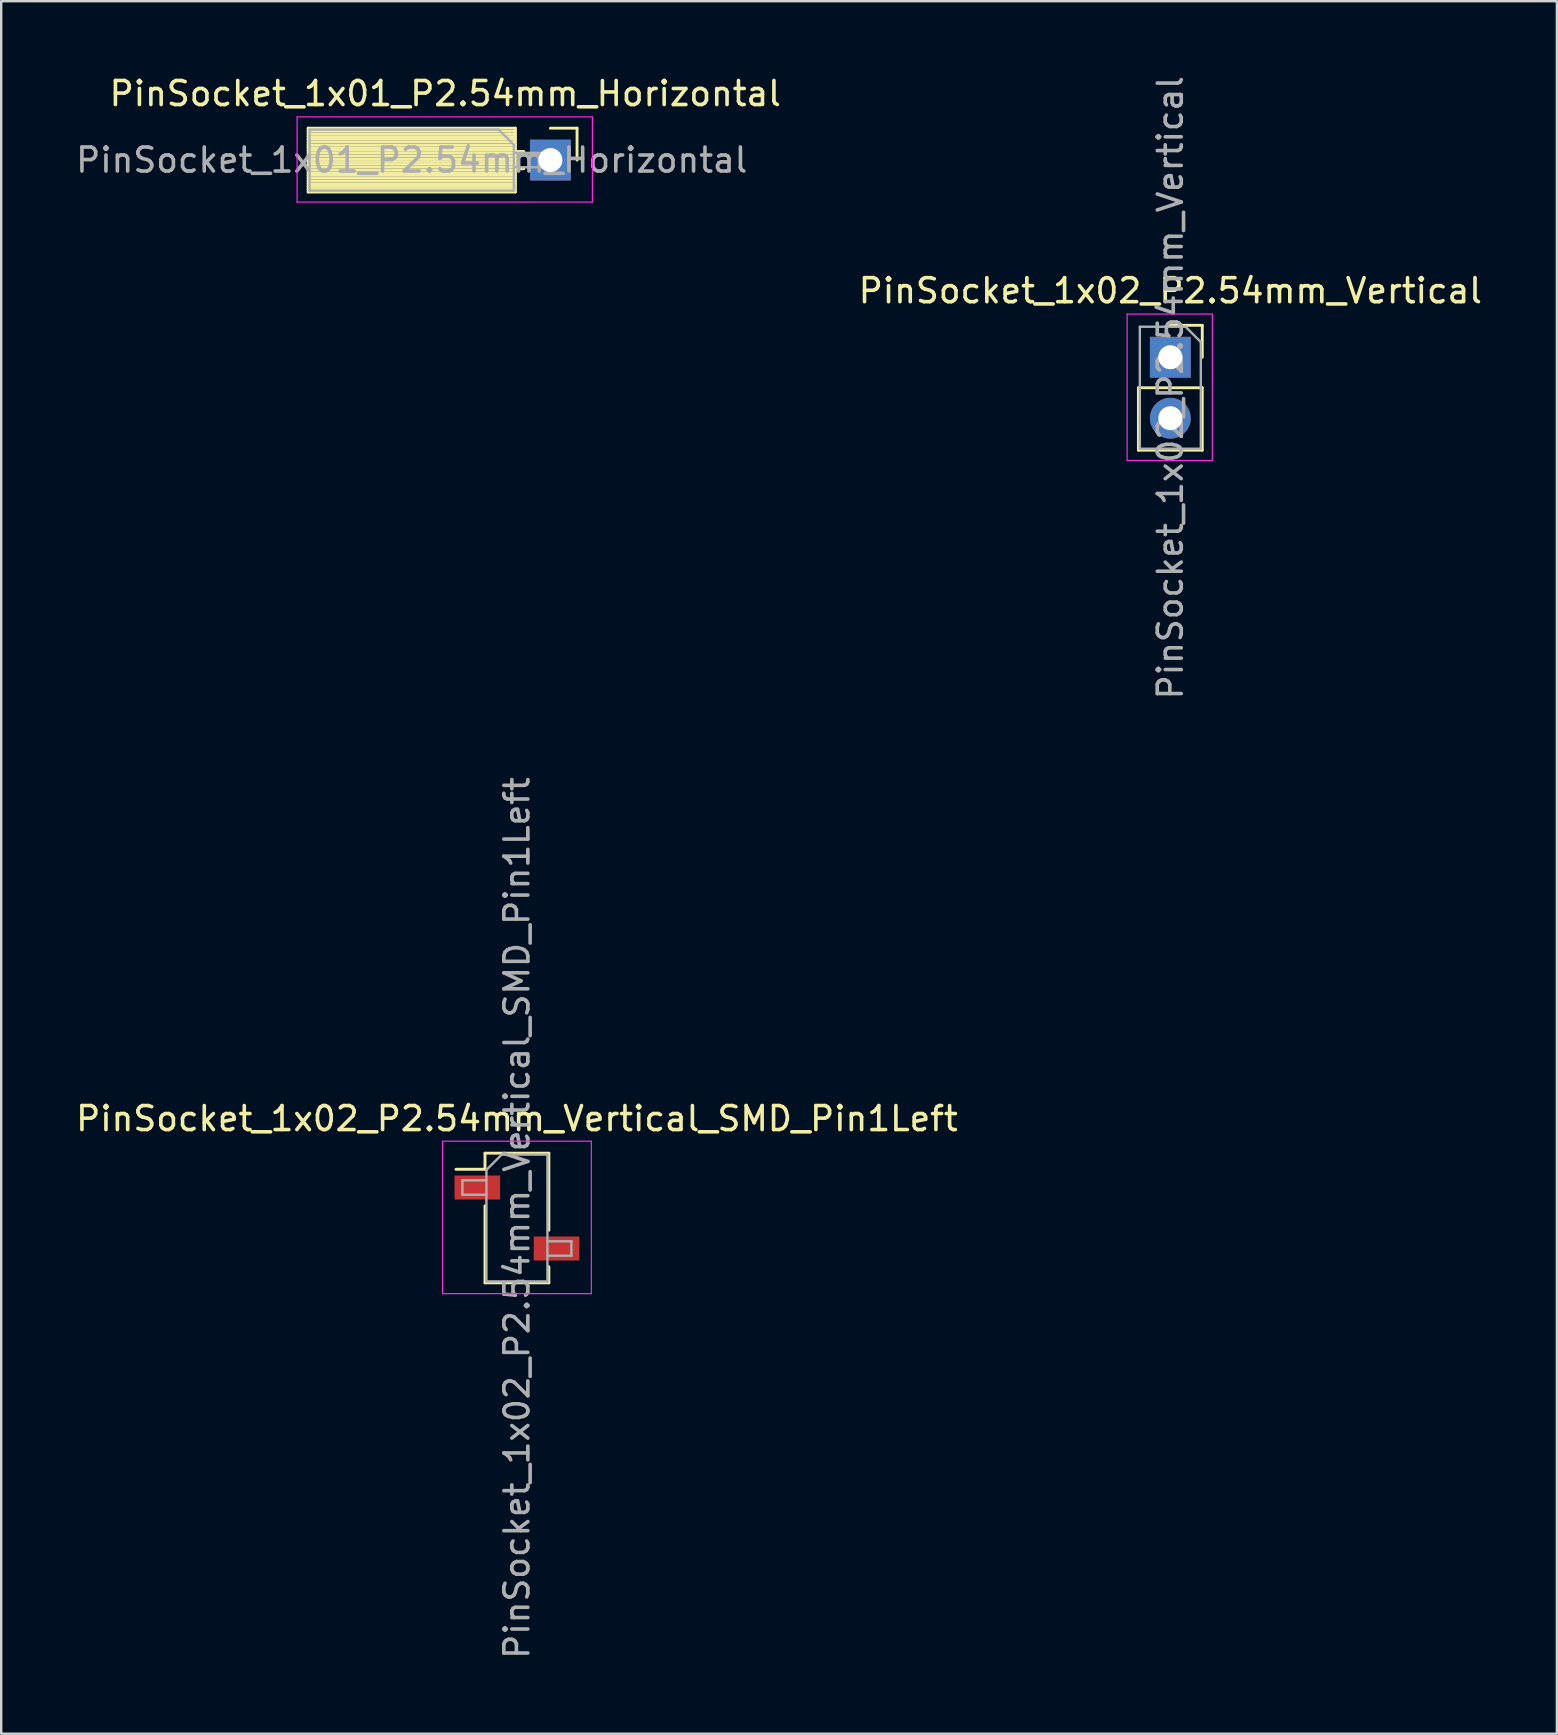
<source format=kicad_pcb>
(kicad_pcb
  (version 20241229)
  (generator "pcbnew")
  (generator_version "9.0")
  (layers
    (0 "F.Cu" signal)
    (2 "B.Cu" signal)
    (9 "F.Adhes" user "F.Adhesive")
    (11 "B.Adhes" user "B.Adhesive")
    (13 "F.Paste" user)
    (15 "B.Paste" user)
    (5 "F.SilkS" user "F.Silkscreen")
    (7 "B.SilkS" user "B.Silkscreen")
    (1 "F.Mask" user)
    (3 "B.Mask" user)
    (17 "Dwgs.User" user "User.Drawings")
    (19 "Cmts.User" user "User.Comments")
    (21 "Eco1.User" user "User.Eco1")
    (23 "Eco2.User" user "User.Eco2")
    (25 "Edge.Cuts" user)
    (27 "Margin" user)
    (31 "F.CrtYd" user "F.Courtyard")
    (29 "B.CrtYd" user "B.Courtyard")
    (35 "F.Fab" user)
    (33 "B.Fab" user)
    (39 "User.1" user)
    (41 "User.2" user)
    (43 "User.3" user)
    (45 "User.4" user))
  (footprint "PinSocket_1x01_P2.54mm_Horizontal"
    (layer "F.Cu")
    (at 19.876 3.618)
    (property "Reference" "PinSocket_1x01_P2.54mm_Horizontal" (at -4.38 -2.77 0) (layer "F.SilkS") (effects (font (size 1 1) (thickness 0.15))))
    (attr through_hole)
    (fp_line (start -10.09 -1.33) (end -10.09 1.33) (stroke (width 0.12) (type solid)) (layer "F.SilkS"))
    (fp_line (start -10.09 -1.33) (end -1.46 -1.33) (stroke (width 0.12) (type solid)) (layer "F.SilkS"))
    (fp_line (start -10.09 -1.21) (end -1.46 -1.21) (stroke (width 0.12) (type solid)) (layer "F.SilkS"))
    (fp_line (start -10.09 -1.095) (end -1.46 -1.095) (stroke (width 0.12) (type solid)) (layer "F.SilkS"))
    (fp_line (start -10.09 -0.979) (end -1.46 -0.979) (stroke (width 0.12) (type solid)) (layer "F.SilkS"))
    (fp_line (start -10.09 -0.864) (end -1.46 -0.864) (stroke (width 0.12) (type solid)) (layer "F.SilkS"))
    (fp_line (start -10.09 -0.748) (end -1.46 -0.748) (stroke (width 0.12) (type solid)) (layer "F.SilkS"))
    (fp_line (start -10.09 -0.633) (end -1.46 -0.633) (stroke (width 0.12) (type solid)) (layer "F.SilkS"))
    (fp_line (start -10.09 -0.517) (end -1.46 -0.517) (stroke (width 0.12) (type solid)) (layer "F.SilkS"))
    (fp_line (start -10.09 -0.402) (end -1.46 -0.402) (stroke (width 0.12) (type solid)) (layer "F.SilkS"))
    (fp_line (start -10.09 -0.286) (end -1.46 -0.286) (stroke (width 0.12) (type solid)) (layer "F.SilkS"))
    (fp_line (start -10.09 -0.171) (end -1.46 -0.171) (stroke (width 0.12) (type solid)) (layer "F.SilkS"))
    (fp_line (start -10.09 -0.055) (end -1.46 -0.055) (stroke (width 0.12) (type solid)) (layer "F.SilkS"))
    (fp_line (start -10.09 0.06) (end -1.46 0.06) (stroke (width 0.12) (type solid)) (layer "F.SilkS"))
    (fp_line (start -10.09 0.175) (end -1.46 0.175) (stroke (width 0.12) (type solid)) (layer "F.SilkS"))
    (fp_line (start -10.09 0.291) (end -1.46 0.291) (stroke (width 0.12) (type solid)) (layer "F.SilkS"))
    (fp_line (start -10.09 0.406) (end -1.46 0.406) (stroke (width 0.12) (type solid)) (layer "F.SilkS"))
    (fp_line (start -10.09 0.522) (end -1.46 0.522) (stroke (width 0.12) (type solid)) (layer "F.SilkS"))
    (fp_line (start -10.09 0.637) (end -1.46 0.637) (stroke (width 0.12) (type solid)) (layer "F.SilkS"))
    (fp_line (start -10.09 0.753) (end -1.46 0.753) (stroke (width 0.12) (type solid)) (layer "F.SilkS"))
    (fp_line (start -10.09 0.868) (end -1.46 0.868) (stroke (width 0.12) (type solid)) (layer "F.SilkS"))
    (fp_line (start -10.09 0.984) (end -1.46 0.984) (stroke (width 0.12) (type solid)) (layer "F.SilkS"))
    (fp_line (start -10.09 1.099) (end -1.46 1.099) (stroke (width 0.12) (type solid)) (layer "F.SilkS"))
    (fp_line (start -10.09 1.215) (end -1.46 1.215) (stroke (width 0.12) (type solid)) (layer "F.SilkS"))
    (fp_line (start -10.09 1.33) (end -1.46 1.33) (stroke (width 0.12) (type solid)) (layer "F.SilkS"))
    (fp_line (start -1.46 -1.33) (end -1.46 1.33) (stroke (width 0.12) (type solid)) (layer "F.SilkS"))
    (fp_line (start -1.46 -0.36) (end -1.11 -0.36) (stroke (width 0.12) (type solid)) (layer "F.SilkS"))
    (fp_line (start -1.46 0.36) (end -1.11 0.36) (stroke (width 0.12) (type solid)) (layer "F.SilkS"))
    (fp_line (start 0 -1.33) (end 1.11 -1.33) (stroke (width 0.12) (type solid)) (layer "F.SilkS"))
    (fp_line (start 1.11 -1.33) (end 1.11 0) (stroke (width 0.12) (type solid)) (layer "F.SilkS"))
    (fp_line (start -10.55 -1.8) (end -10.55 1.75) (stroke (width 0.05) (type solid)) (layer "F.CrtYd"))
    (fp_line (start -10.55 1.75) (end 1.75 1.75) (stroke (width 0.05) (type solid)) (layer "F.CrtYd"))
    (fp_line (start 1.75 -1.8) (end -10.55 -1.8) (stroke (width 0.05) (type solid)) (layer "F.CrtYd"))
    (fp_line (start 1.75 1.75) (end 1.75 -1.8) (stroke (width 0.05) (type solid)) (layer "F.CrtYd"))
    (fp_line (start -10.03 -1.27) (end -2.155 -1.27) (stroke (width 0.1) (type solid)) (layer "F.Fab"))
    (fp_line (start -10.03 1.27) (end -10.03 -1.27) (stroke (width 0.1) (type solid)) (layer "F.Fab"))
    (fp_line (start -2.155 -1.27) (end -1.52 -0.635) (stroke (width 0.1) (type solid)) (layer "F.Fab"))
    (fp_line (start -1.52 -0.635) (end -1.52 1.27) (stroke (width 0.1) (type solid)) (layer "F.Fab"))
    (fp_line (start -1.52 0.3) (end 0 0.3) (stroke (width 0.1) (type solid)) (layer "F.Fab"))
    (fp_line (start -1.52 1.27) (end -10.03 1.27) (stroke (width 0.1) (type solid)) (layer "F.Fab"))
    (fp_line (start 0 -0.3) (end -1.52 -0.3) (stroke (width 0.1) (type solid)) (layer "F.Fab"))
    (fp_line (start 0 0.3) (end 0 -0.3) (stroke (width 0.1) (type solid)) (layer "F.Fab"))
    (fp_text user "${REFERENCE}" (at -5.775 0 0) (layer "F.Fab") (effects (font (size 1 1) (thickness 0.15))))
    (pad "1" thru_hole rect (at 0 0) (size 1.7 1.7) (drill 1) (layers "*.Cu" "*.Mask")))
  (footprint "PinSocket_1x02_P2.54mm_Vertical_SMD_Pin1Left"
    (layer "F.Cu")
    (at 18.482 47.685)
    (property "Reference" "PinSocket_1x02_P2.54mm_Vertical_SMD_Pin1Left" (at 0 -4.14 0) (layer "F.SilkS") (effects (font (size 1 1) (thickness 0.15))))
    (attr smd)
    (fp_line (start -2.54 -2.03) (end -1.33 -2.03) (stroke (width 0.12) (type solid)) (layer "F.SilkS"))
    (fp_line (start -1.33 -2.7) (end -1.33 -2.03) (stroke (width 0.12) (type solid)) (layer "F.SilkS"))
    (fp_line (start -1.33 -2.7) (end 1.33 -2.7) (stroke (width 0.12) (type solid)) (layer "F.SilkS"))
    (fp_line (start -1.33 -0.51) (end -1.33 2.7) (stroke (width 0.12) (type solid)) (layer "F.SilkS"))
    (fp_line (start -1.33 2.7) (end 1.33 2.7) (stroke (width 0.12) (type solid)) (layer "F.SilkS"))
    (fp_line (start 1.33 -2.7) (end 1.33 0.51) (stroke (width 0.12) (type solid)) (layer "F.SilkS"))
    (fp_line (start 1.33 2.03) (end 1.33 2.7) (stroke (width 0.12) (type solid)) (layer "F.SilkS"))
    (fp_line (start -3.1 -3.2) (end 3.1 -3.2) (stroke (width 0.05) (type solid)) (layer "F.CrtYd"))
    (fp_line (start -3.1 3.15) (end -3.1 -3.2) (stroke (width 0.05) (type solid)) (layer "F.CrtYd"))
    (fp_line (start 3.1 -3.2) (end 3.1 3.15) (stroke (width 0.05) (type solid)) (layer "F.CrtYd"))
    (fp_line (start 3.1 3.15) (end -3.1 3.15) (stroke (width 0.05) (type solid)) (layer "F.CrtYd"))
    (fp_line (start -2.27 -1.57) (end -1.27 -1.57) (stroke (width 0.1) (type solid)) (layer "F.Fab"))
    (fp_line (start -2.27 -0.97) (end -2.27 -1.57) (stroke (width 0.1) (type solid)) (layer "F.Fab"))
    (fp_line (start -1.27 -2.005) (end -0.635 -2.64) (stroke (width 0.1) (type solid)) (layer "F.Fab"))
    (fp_line (start -1.27 -0.97) (end -2.27 -0.97) (stroke (width 0.1) (type solid)) (layer "F.Fab"))
    (fp_line (start -1.27 2.64) (end -1.27 -2.005) (stroke (width 0.1) (type solid)) (layer "F.Fab"))
    (fp_line (start -0.635 -2.64) (end 1.27 -2.64) (stroke (width 0.1) (type solid)) (layer "F.Fab"))
    (fp_line (start 1.27 -2.64) (end 1.27 2.64) (stroke (width 0.1) (type solid)) (layer "F.Fab"))
    (fp_line (start 1.27 0.97) (end 2.27 0.97) (stroke (width 0.1) (type solid)) (layer "F.Fab"))
    (fp_line (start 1.27 2.64) (end -1.27 2.64) (stroke (width 0.1) (type solid)) (layer "F.Fab"))
    (fp_line (start 2.27 0.97) (end 2.27 1.57) (stroke (width 0.1) (type solid)) (layer "F.Fab"))
    (fp_line (start 2.27 1.57) (end 1.27 1.57) (stroke (width 0.1) (type solid)) (layer "F.Fab"))
    (fp_text user "${REFERENCE}" (at 0 0 90) (layer "F.Fab") (effects (font (size 1 1) (thickness 0.15))))
    (pad "1" smd rect (at -1.65 -1.27) (size 1.9 1) (layers "F.Cu" "F.Mask" "F.Paste"))
    (pad "2" smd rect (at 1.65 1.27) (size 1.9 1) (layers "F.Cu" "F.Mask" "F.Paste")))
  (footprint "PinSocket_1x02_P2.54mm_Vertical"
    (layer "F.Cu")
    (at 45.699 11.831)
    (property "Reference" "PinSocket_1x02_P2.54mm_Vertical" (at 0 -2.77 0) (layer "F.SilkS") (effects (font (size 1 1) (thickness 0.15))))
    (attr through_hole)
    (fp_line (start -1.33 1.27) (end -1.33 3.87) (stroke (width 0.12) (type solid)) (layer "F.SilkS"))
    (fp_line (start -1.33 1.27) (end 1.33 1.27) (stroke (width 0.12) (type solid)) (layer "F.SilkS"))
    (fp_line (start -1.33 3.87) (end 1.33 3.87) (stroke (width 0.12) (type solid)) (layer "F.SilkS"))
    (fp_line (start 0 -1.33) (end 1.33 -1.33) (stroke (width 0.12) (type solid)) (layer "F.SilkS"))
    (fp_line (start 1.33 -1.33) (end 1.33 0) (stroke (width 0.12) (type solid)) (layer "F.SilkS"))
    (fp_line (start 1.33 1.27) (end 1.33 3.87) (stroke (width 0.12) (type solid)) (layer "F.SilkS"))
    (fp_line (start -1.8 -1.8) (end 1.75 -1.8) (stroke (width 0.05) (type solid)) (layer "F.CrtYd"))
    (fp_line (start -1.8 4.3) (end -1.8 -1.8) (stroke (width 0.05) (type solid)) (layer "F.CrtYd"))
    (fp_line (start 1.75 -1.8) (end 1.75 4.3) (stroke (width 0.05) (type solid)) (layer "F.CrtYd"))
    (fp_line (start 1.75 4.3) (end -1.8 4.3) (stroke (width 0.05) (type solid)) (layer "F.CrtYd"))
    (fp_line (start -1.27 -1.27) (end 0.635 -1.27) (stroke (width 0.1) (type solid)) (layer "F.Fab"))
    (fp_line (start -1.27 3.81) (end -1.27 -1.27) (stroke (width 0.1) (type solid)) (layer "F.Fab"))
    (fp_line (start 0.635 -1.27) (end 1.27 -0.635) (stroke (width 0.1) (type solid)) (layer "F.Fab"))
    (fp_line (start 1.27 -0.635) (end 1.27 3.81) (stroke (width 0.1) (type solid)) (layer "F.Fab"))
    (fp_line (start 1.27 3.81) (end -1.27 3.81) (stroke (width 0.1) (type solid)) (layer "F.Fab"))
    (fp_text user "${REFERENCE}" (at 0 1.27 90) (layer "F.Fab") (effects (font (size 1 1) (thickness 0.15))))
    (pad "1" thru_hole rect (at 0 0) (size 1.7 1.7) (drill 1) (layers "*.Cu" "*.Mask"))
    (pad "2" thru_hole oval (at 0 2.54) (size 1.7 1.7) (drill 1) (layers "*.Cu" "*.Mask")))
  (gr_rect
    (start -3 -3)
    (end 61.8 69.167)
    (stroke (width 0.1) (type default))
    (fill no)
    (layer "Edge.Cuts")))
</source>
